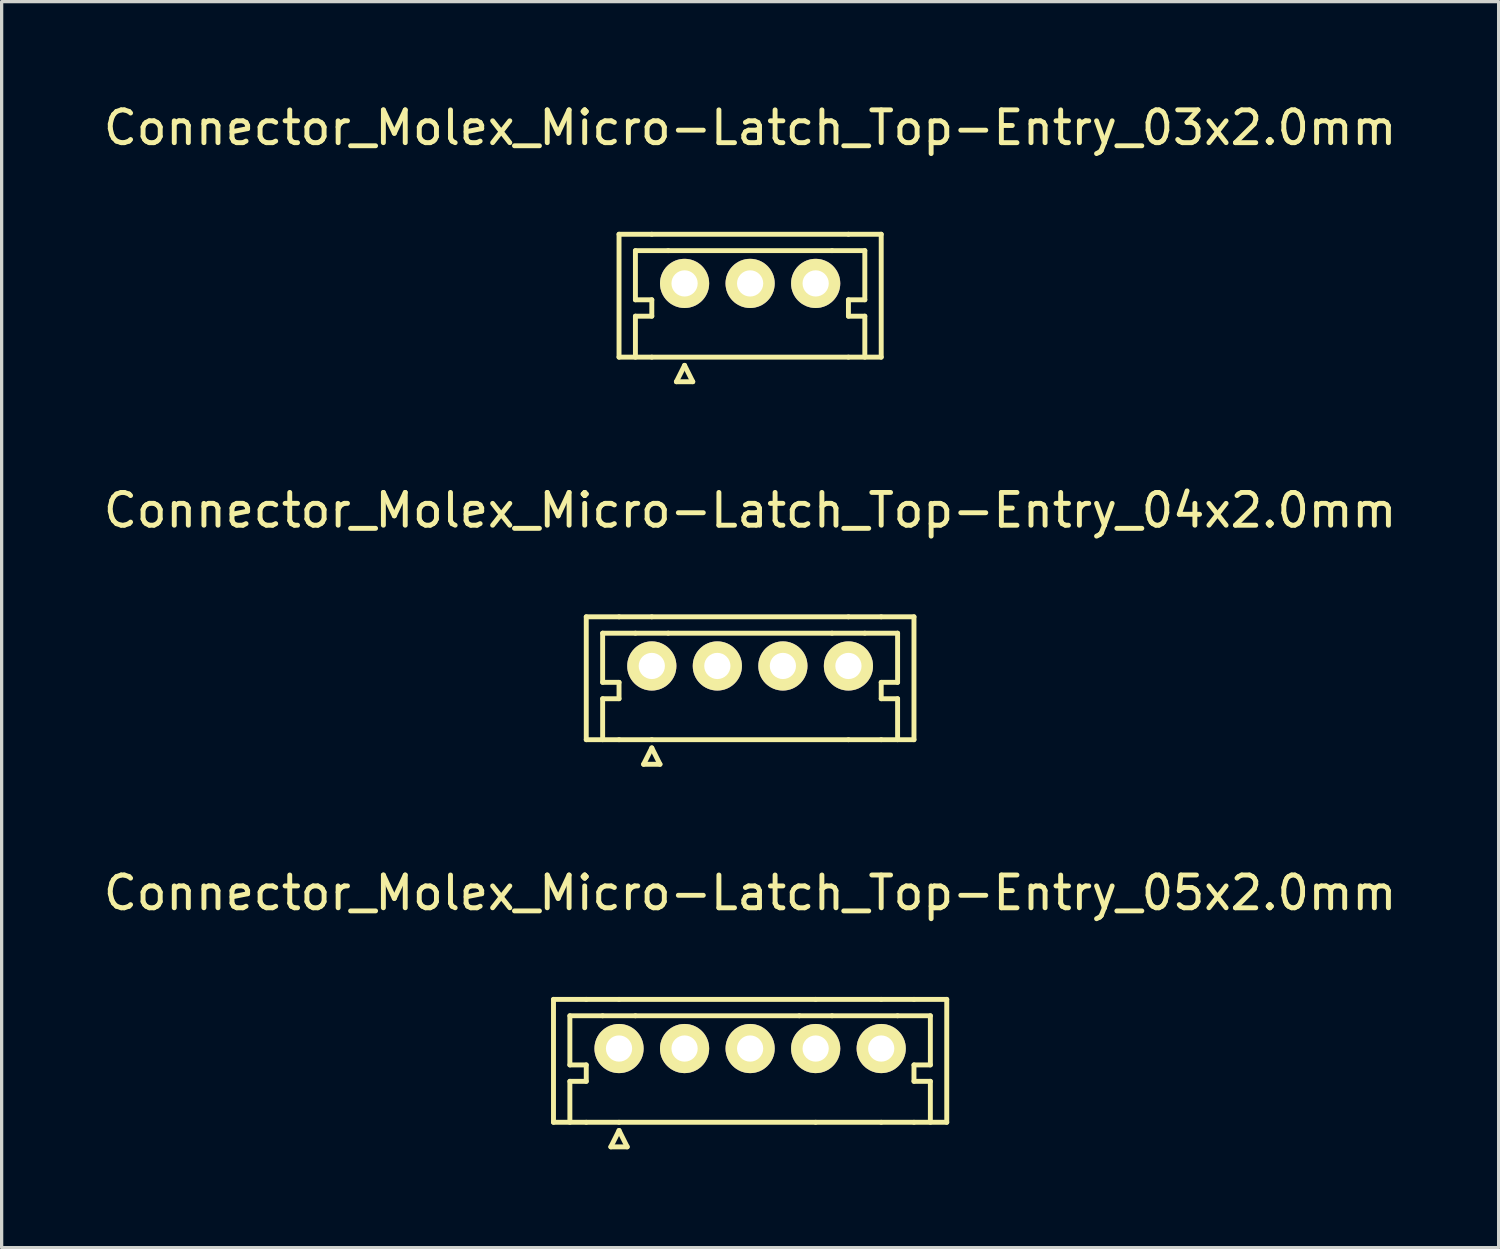
<source format=kicad_pcb>
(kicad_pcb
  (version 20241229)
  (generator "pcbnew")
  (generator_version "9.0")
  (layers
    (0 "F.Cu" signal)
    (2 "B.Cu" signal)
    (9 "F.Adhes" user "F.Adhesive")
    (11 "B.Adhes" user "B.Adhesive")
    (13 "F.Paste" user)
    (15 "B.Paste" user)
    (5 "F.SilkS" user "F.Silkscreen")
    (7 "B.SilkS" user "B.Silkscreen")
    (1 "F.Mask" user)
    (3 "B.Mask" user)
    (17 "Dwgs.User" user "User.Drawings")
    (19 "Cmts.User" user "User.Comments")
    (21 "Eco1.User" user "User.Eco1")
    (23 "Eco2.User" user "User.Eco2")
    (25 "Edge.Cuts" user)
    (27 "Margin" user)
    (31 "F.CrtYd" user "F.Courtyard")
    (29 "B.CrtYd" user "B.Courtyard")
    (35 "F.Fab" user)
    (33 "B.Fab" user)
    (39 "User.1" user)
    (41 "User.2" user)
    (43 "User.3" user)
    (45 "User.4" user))
  (footprint "Connector_Molex_Micro-Latch_Top-Entry_05x2.0mm"
    (layer "F.Cu")
    (at 19.839 28.945)
    (property "Reference" "Connector_Molex_Micro-Latch_Top-Entry_05x2.0mm" (at 0 -4.75 0) (layer "F.SilkS") (effects (font (size 1 1) (thickness 0.15))))
    (attr through_hole)
    (fp_line (start -6 -1.5) (end -6 2.25) (stroke (width 0.15) (type solid)) (layer "F.SilkS"))
    (fp_line (start -5.5 -1) (end -5.5 0.5) (stroke (width 0.15) (type solid)) (layer "F.SilkS"))
    (fp_line (start -5.5 0.5) (end -5 0.5) (stroke (width 0.15) (type solid)) (layer "F.SilkS"))
    (fp_line (start -5.5 1) (end -5.5 2.25) (stroke (width 0.15) (type solid)) (layer "F.SilkS"))
    (fp_line (start -5 -1.5) (end -6 -1.5) (stroke (width 0.15) (type solid)) (layer "F.SilkS"))
    (fp_line (start -5 0.5) (end -5 1) (stroke (width 0.15) (type solid)) (layer "F.SilkS"))
    (fp_line (start -5 1) (end -5.5 1) (stroke (width 0.15) (type solid)) (layer "F.SilkS"))
    (fp_line (start -5 2.25) (end -6 2.25) (stroke (width 0.15) (type solid)) (layer "F.SilkS"))
    (fp_line (start -4.5 -1) (end -5.5 -1) (stroke (width 0.15) (type solid)) (layer "F.SilkS"))
    (fp_line (start -4.25 3) (end -4 2.5) (stroke (width 0.15) (type solid)) (layer "F.SilkS"))
    (fp_line (start -4 -1.5) (end -5 -1.5) (stroke (width 0.15) (type solid)) (layer "F.SilkS"))
    (fp_line (start -4 2.25) (end -5 2.25) (stroke (width 0.15) (type solid)) (layer "F.SilkS"))
    (fp_line (start -4 2.25) (end 2 2.25) (stroke (width 0.15) (type solid)) (layer "F.SilkS"))
    (fp_line (start -4 2.5) (end -3.75 3) (stroke (width 0.15) (type solid)) (layer "F.SilkS"))
    (fp_line (start -3.75 3) (end -4.25 3) (stroke (width 0.15) (type solid)) (layer "F.SilkS"))
    (fp_line (start -3.5 -1) (end -4.5 -1) (stroke (width 0.15) (type solid)) (layer "F.SilkS"))
    (fp_line (start 1.5 -1) (end -3.5 -1) (stroke (width 0.15) (type solid)) (layer "F.SilkS"))
    (fp_line (start 2 -1.5) (end -4 -1.5) (stroke (width 0.15) (type solid)) (layer "F.SilkS"))
    (fp_line (start 2.5 -1) (end 1.5 -1) (stroke (width 0.15) (type solid)) (layer "F.SilkS"))
    (fp_line (start 2.5 -1) (end 4.5 -1) (stroke (width 0.15) (type solid)) (layer "F.SilkS"))
    (fp_line (start 4 -1.5) (end 2 -1.5) (stroke (width 0.15) (type solid)) (layer "F.SilkS"))
    (fp_line (start 4 2.25) (end 2 2.25) (stroke (width 0.15) (type solid)) (layer "F.SilkS"))
    (fp_line (start 5 -1.5) (end 4 -1.5) (stroke (width 0.15) (type solid)) (layer "F.SilkS"))
    (fp_line (start 5 -1.5) (end 6 -1.5) (stroke (width 0.15) (type solid)) (layer "F.SilkS"))
    (fp_line (start 5 0.5) (end 5 1) (stroke (width 0.15) (type solid)) (layer "F.SilkS"))
    (fp_line (start 5 1) (end 5.5 1) (stroke (width 0.15) (type solid)) (layer "F.SilkS"))
    (fp_line (start 5 2.25) (end 4 2.25) (stroke (width 0.15) (type solid)) (layer "F.SilkS"))
    (fp_line (start 5.5 -1) (end 4.5 -1) (stroke (width 0.15) (type solid)) (layer "F.SilkS"))
    (fp_line (start 5.5 -1) (end 5.5 0.5) (stroke (width 0.15) (type solid)) (layer "F.SilkS"))
    (fp_line (start 5.5 0.5) (end 5 0.5) (stroke (width 0.15) (type solid)) (layer "F.SilkS"))
    (fp_line (start 5.5 1) (end 5.5 2.25) (stroke (width 0.15) (type solid)) (layer "F.SilkS"))
    (fp_line (start 6 -1.5) (end 6 2.25) (stroke (width 0.15) (type solid)) (layer "F.SilkS"))
    (fp_line (start 6 2.25) (end 5 2.25) (stroke (width 0.15) (type solid)) (layer "F.SilkS"))
    (pad "1" thru_hole circle (at -4 0) (size 1.5 1.5) (drill 0.8) (layers "*.Cu" "*.Mask" "F.SilkS"))
    (pad "2" thru_hole circle (at -2 0) (size 1.5 1.5) (drill 0.8) (layers "*.Cu" "*.Mask" "F.SilkS"))
    (pad "3" thru_hole circle (at 0 0) (size 1.5 1.5) (drill 0.8) (layers "*.Cu" "*.Mask" "F.SilkS"))
    (pad "4" thru_hole circle (at 2 0) (size 1.5 1.5) (drill 0.8) (layers "*.Cu" "*.Mask" "F.SilkS"))
    (pad "5" thru_hole circle (at 4 0) (size 1.5 1.5) (drill 0.8) (layers "*.Cu" "*.Mask" "F.SilkS")))
  (footprint "Connector_Molex_Micro-Latch_Top-Entry_03x2.0mm"
    (layer "F.Cu")
    (at 19.839 5.598)
    (property "Reference" "Connector_Molex_Micro-Latch_Top-Entry_03x2.0mm" (at 0 -4.75 0) (layer "F.SilkS") (effects (font (size 1 1) (thickness 0.15))))
    (attr through_hole)
    (fp_line (start -4 -1.5) (end -4 2.25) (stroke (width 0.15) (type solid)) (layer "F.SilkS"))
    (fp_line (start -3.5 -1) (end -3.5 0.5) (stroke (width 0.15) (type solid)) (layer "F.SilkS"))
    (fp_line (start -3.5 0.5) (end -3 0.5) (stroke (width 0.15) (type solid)) (layer "F.SilkS"))
    (fp_line (start -3.5 1) (end -3.5 2.25) (stroke (width 0.15) (type solid)) (layer "F.SilkS"))
    (fp_line (start -3 -1.5) (end -4 -1.5) (stroke (width 0.15) (type solid)) (layer "F.SilkS"))
    (fp_line (start -3 0.5) (end -3 1) (stroke (width 0.15) (type solid)) (layer "F.SilkS"))
    (fp_line (start -3 1) (end -3.5 1) (stroke (width 0.15) (type solid)) (layer "F.SilkS"))
    (fp_line (start -3 2.25) (end -4 2.25) (stroke (width 0.15) (type solid)) (layer "F.SilkS"))
    (fp_line (start -3 2.25) (end 3 2.25) (stroke (width 0.15) (type solid)) (layer "F.SilkS"))
    (fp_line (start -2.5 -1) (end -3.5 -1) (stroke (width 0.15) (type solid)) (layer "F.SilkS"))
    (fp_line (start -2.25 3) (end -2 2.5) (stroke (width 0.15) (type solid)) (layer "F.SilkS"))
    (fp_line (start -2 2.5) (end -1.75 3) (stroke (width 0.15) (type solid)) (layer "F.SilkS"))
    (fp_line (start -1.75 3) (end -2.25 3) (stroke (width 0.15) (type solid)) (layer "F.SilkS"))
    (fp_line (start 2.5 -1) (end -2.5 -1) (stroke (width 0.15) (type solid)) (layer "F.SilkS"))
    (fp_line (start 3 -1.5) (end -3 -1.5) (stroke (width 0.15) (type solid)) (layer "F.SilkS"))
    (fp_line (start 3 -1.5) (end 4 -1.5) (stroke (width 0.15) (type solid)) (layer "F.SilkS"))
    (fp_line (start 3 0.5) (end 3 1) (stroke (width 0.15) (type solid)) (layer "F.SilkS"))
    (fp_line (start 3 1) (end 3.5 1) (stroke (width 0.15) (type solid)) (layer "F.SilkS"))
    (fp_line (start 3.5 -1) (end 2.5 -1) (stroke (width 0.15) (type solid)) (layer "F.SilkS"))
    (fp_line (start 3.5 -1) (end 3.5 0.5) (stroke (width 0.15) (type solid)) (layer "F.SilkS"))
    (fp_line (start 3.5 0.5) (end 3 0.5) (stroke (width 0.15) (type solid)) (layer "F.SilkS"))
    (fp_line (start 3.5 1) (end 3.5 2.25) (stroke (width 0.15) (type solid)) (layer "F.SilkS"))
    (fp_line (start 4 -1.5) (end 4 2.25) (stroke (width 0.15) (type solid)) (layer "F.SilkS"))
    (fp_line (start 4 2.25) (end 3 2.25) (stroke (width 0.15) (type solid)) (layer "F.SilkS"))
    (pad "1" thru_hole circle (at -2 0) (size 1.5 1.5) (drill 0.8) (layers "*.Cu" "*.Mask" "F.SilkS"))
    (pad "2" thru_hole circle (at 0 0) (size 1.5 1.5) (drill 0.8) (layers "*.Cu" "*.Mask" "F.SilkS"))
    (pad "3" thru_hole circle (at 2 0) (size 1.5 1.5) (drill 0.8) (layers "*.Cu" "*.Mask" "F.SilkS")))
  (footprint "Connector_Molex_Micro-Latch_Top-Entry_04x2.0mm"
    (layer "F.Cu")
    (at 19.839 17.271)
    (property "Reference" "Connector_Molex_Micro-Latch_Top-Entry_04x2.0mm" (at 0 -4.75 0) (layer "F.SilkS") (effects (font (size 1 1) (thickness 0.15))))
    (attr through_hole)
    (fp_line (start -5 -1.5) (end -5 2.25) (stroke (width 0.15) (type solid)) (layer "F.SilkS"))
    (fp_line (start -4.5 -1) (end -4.5 0.5) (stroke (width 0.15) (type solid)) (layer "F.SilkS"))
    (fp_line (start -4.5 0.5) (end -4 0.5) (stroke (width 0.15) (type solid)) (layer "F.SilkS"))
    (fp_line (start -4.5 1) (end -4.5 2.25) (stroke (width 0.15) (type solid)) (layer "F.SilkS"))
    (fp_line (start -4 -1.5) (end -5 -1.5) (stroke (width 0.15) (type solid)) (layer "F.SilkS"))
    (fp_line (start -4 0.5) (end -4 1) (stroke (width 0.15) (type solid)) (layer "F.SilkS"))
    (fp_line (start -4 1) (end -4.5 1) (stroke (width 0.15) (type solid)) (layer "F.SilkS"))
    (fp_line (start -4 2.25) (end -5 2.25) (stroke (width 0.15) (type solid)) (layer "F.SilkS"))
    (fp_line (start -3.5 -1) (end -4.5 -1) (stroke (width 0.15) (type solid)) (layer "F.SilkS"))
    (fp_line (start -3.25 3) (end -3 2.5) (stroke (width 0.15) (type solid)) (layer "F.SilkS"))
    (fp_line (start -3 -1.5) (end -4 -1.5) (stroke (width 0.15) (type solid)) (layer "F.SilkS"))
    (fp_line (start -3 2.25) (end -4 2.25) (stroke (width 0.15) (type solid)) (layer "F.SilkS"))
    (fp_line (start -3 2.25) (end 3 2.25) (stroke (width 0.15) (type solid)) (layer "F.SilkS"))
    (fp_line (start -3 2.5) (end -2.75 3) (stroke (width 0.15) (type solid)) (layer "F.SilkS"))
    (fp_line (start -2.75 3) (end -3.25 3) (stroke (width 0.15) (type solid)) (layer "F.SilkS"))
    (fp_line (start -2.5 -1) (end -3.5 -1) (stroke (width 0.15) (type solid)) (layer "F.SilkS"))
    (fp_line (start 2.5 -1) (end -2.5 -1) (stroke (width 0.15) (type solid)) (layer "F.SilkS"))
    (fp_line (start 3 -1.5) (end -3 -1.5) (stroke (width 0.15) (type solid)) (layer "F.SilkS"))
    (fp_line (start 3.5 -1) (end 2.5 -1) (stroke (width 0.15) (type solid)) (layer "F.SilkS"))
    (fp_line (start 4 -1.5) (end 3 -1.5) (stroke (width 0.15) (type solid)) (layer "F.SilkS"))
    (fp_line (start 4 -1.5) (end 5 -1.5) (stroke (width 0.15) (type solid)) (layer "F.SilkS"))
    (fp_line (start 4 0.5) (end 4 1) (stroke (width 0.15) (type solid)) (layer "F.SilkS"))
    (fp_line (start 4 1) (end 4.5 1) (stroke (width 0.15) (type solid)) (layer "F.SilkS"))
    (fp_line (start 4 2.25) (end 3 2.25) (stroke (width 0.15) (type solid)) (layer "F.SilkS"))
    (fp_line (start 4.5 -1) (end 3.5 -1) (stroke (width 0.15) (type solid)) (layer "F.SilkS"))
    (fp_line (start 4.5 -1) (end 4.5 0.5) (stroke (width 0.15) (type solid)) (layer "F.SilkS"))
    (fp_line (start 4.5 0.5) (end 4 0.5) (stroke (width 0.15) (type solid)) (layer "F.SilkS"))
    (fp_line (start 4.5 1) (end 4.5 2.25) (stroke (width 0.15) (type solid)) (layer "F.SilkS"))
    (fp_line (start 5 -1.5) (end 5 2.25) (stroke (width 0.15) (type solid)) (layer "F.SilkS"))
    (fp_line (start 5 2.25) (end 4 2.25) (stroke (width 0.15) (type solid)) (layer "F.SilkS"))
    (pad "1" thru_hole circle (at -3 0) (size 1.5 1.5) (drill 0.8) (layers "*.Cu" "*.Mask" "F.SilkS"))
    (pad "2" thru_hole circle (at -1 0) (size 1.5 1.5) (drill 0.8) (layers "*.Cu" "*.Mask" "F.SilkS"))
    (pad "3" thru_hole circle (at 1 0) (size 1.5 1.5) (drill 0.8) (layers "*.Cu" "*.Mask" "F.SilkS"))
    (pad "4" thru_hole circle (at 3 0) (size 1.5 1.5) (drill 0.8) (layers "*.Cu" "*.Mask" "F.SilkS")))
  (gr_rect
    (start -3 -3)
    (end 42.679 35.02)
    (stroke (width 0.1) (type default))
    (fill no)
    (layer "Edge.Cuts")))
</source>
